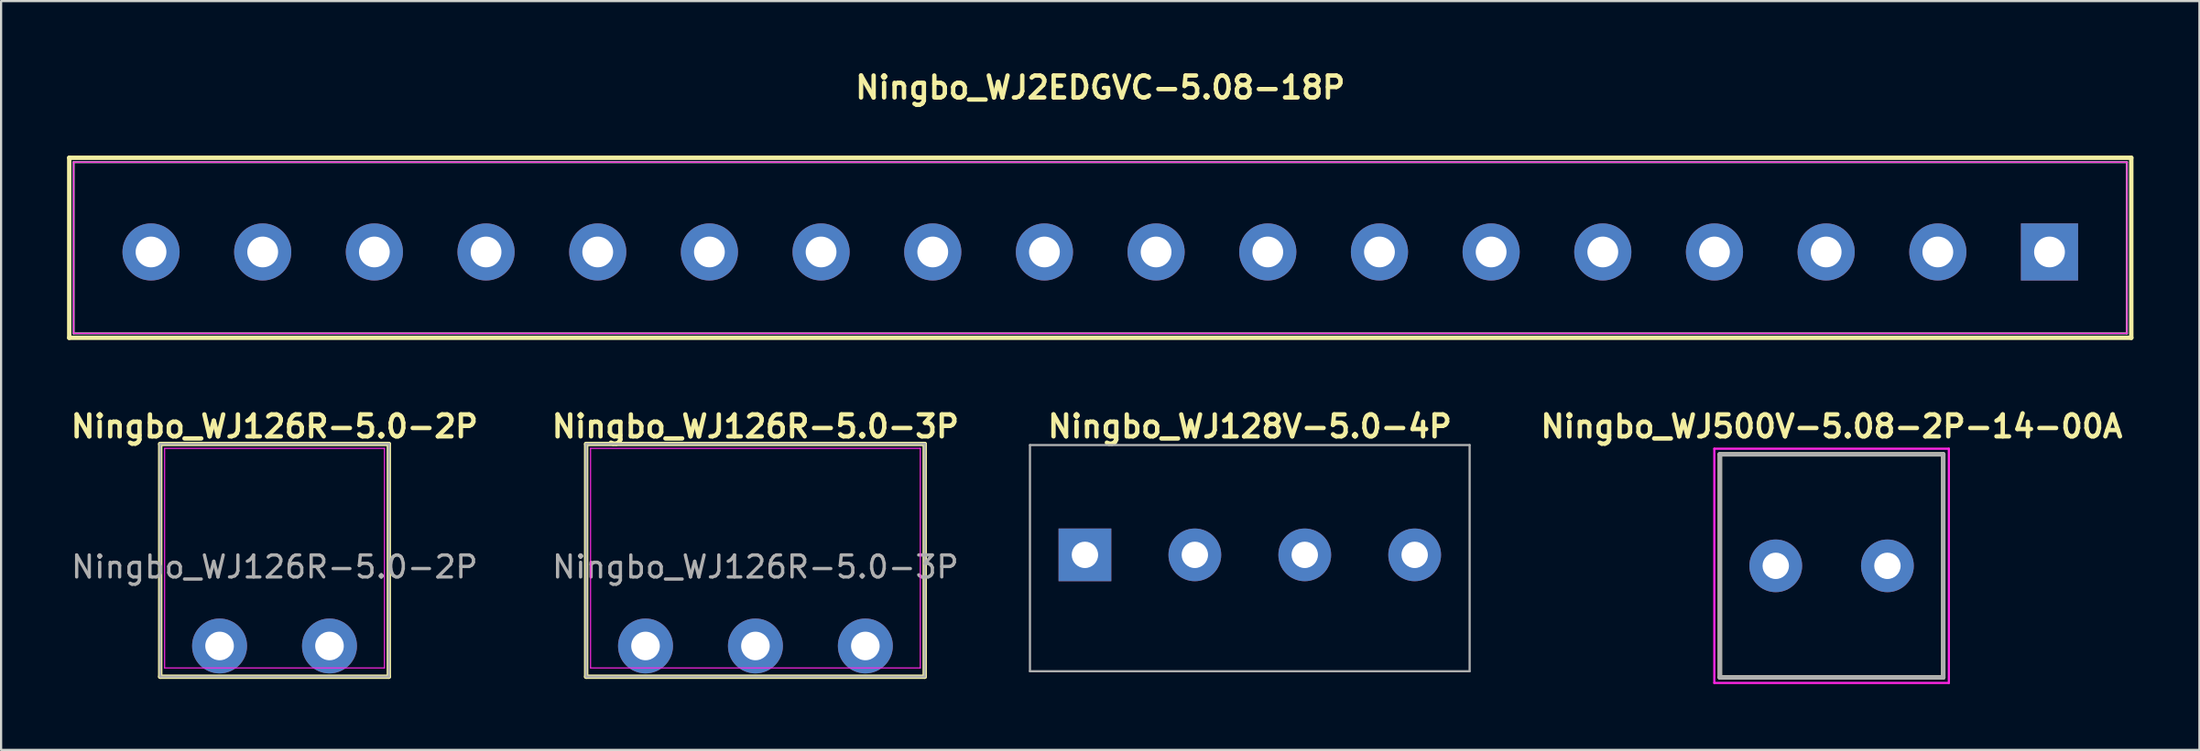
<source format=kicad_pcb>
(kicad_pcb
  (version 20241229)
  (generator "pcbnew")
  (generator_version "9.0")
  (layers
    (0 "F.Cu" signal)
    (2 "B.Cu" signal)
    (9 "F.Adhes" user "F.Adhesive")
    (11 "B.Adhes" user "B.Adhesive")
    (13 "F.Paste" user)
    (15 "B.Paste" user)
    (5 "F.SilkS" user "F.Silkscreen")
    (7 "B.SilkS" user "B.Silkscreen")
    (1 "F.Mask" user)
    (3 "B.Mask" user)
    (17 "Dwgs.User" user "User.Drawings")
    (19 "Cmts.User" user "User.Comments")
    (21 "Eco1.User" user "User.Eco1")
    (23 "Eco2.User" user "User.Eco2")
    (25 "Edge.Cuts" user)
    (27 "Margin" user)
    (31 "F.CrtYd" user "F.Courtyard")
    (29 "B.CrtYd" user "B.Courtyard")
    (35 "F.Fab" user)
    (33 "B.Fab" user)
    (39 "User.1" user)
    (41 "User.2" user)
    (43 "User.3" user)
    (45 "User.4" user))
  (footprint "Ningbo_WJ500V-5.08-2P-14-00A"
    (layer "F.Cu")
    (at 77.727 22.722)
    (property "Reference" "Ningbo_WJ500V-5.08-2P-14-00A" (at 2.54 -6.35 0) (layer "F.SilkS") (effects (font (size 1 1) (thickness 0.2))))
    (attr through_hole)
    (fp_line (start -2.54 -5.08) (end -2.54 5.08) (stroke (width 0.2) (type solid)) (layer "F.SilkS"))
    (fp_line (start -2.54 5.08) (end 7.62 5.08) (stroke (width 0.2) (type solid)) (layer "F.SilkS"))
    (fp_line (start 7.62 -5.08) (end -2.54 -5.08) (stroke (width 0.2) (type solid)) (layer "F.SilkS"))
    (fp_line (start 7.62 5.08) (end 7.62 -5.08) (stroke (width 0.2) (type solid)) (layer "F.SilkS"))
    (fp_line (start -2.794 -5.334) (end 7.874 -5.334) (stroke (width 0.1) (type solid)) (layer "F.CrtYd"))
    (fp_line (start -2.794 5.334) (end -2.794 -5.334) (stroke (width 0.1) (type solid)) (layer "F.CrtYd"))
    (fp_line (start 7.874 -5.334) (end 7.874 5.334) (stroke (width 0.1) (type solid)) (layer "F.CrtYd"))
    (fp_line (start 7.874 5.334) (end -2.794 5.334) (stroke (width 0.1) (type solid)) (layer "F.CrtYd"))
    (fp_line (start -2.54 -5.08) (end 7.62 -5.08) (stroke (width 0.2) (type solid)) (layer "F.Fab"))
    (fp_line (start -2.54 5.08) (end -2.54 -5.08) (stroke (width 0.2) (type solid)) (layer "F.Fab"))
    (fp_line (start 7.62 -5.08) (end 7.62 5.08) (stroke (width 0.2) (type solid)) (layer "F.Fab"))
    (fp_line (start 7.62 5.08) (end -2.54 5.08) (stroke (width 0.2) (type solid)) (layer "F.Fab"))
    (pad "1" thru_hole circle (at 0 0) (size 2.4 2.4) (drill 1.2) (layers "*.Cu" "*.Mask"))
    (pad "2" thru_hole circle (at 5.08 0) (size 2.4 2.4) (drill 1.2) (layers "*.Cu" "*.Mask")))
  (footprint "Ningbo_WJ126R-5.0-3P"
    (layer "F.Cu")
    (at 31.314 26.372)
    (property "Reference" "Ningbo_WJ126R-5.0-3P" (at 0 -10 0) (unlocked yes) (layer "F.SilkS") (effects (font (size 1 1) (thickness 0.2))))
    (attr through_hole)
    (fp_line (start -7.7 -9.2) (end -7.7 1.4) (stroke (width 0.2) (type default)) (layer "F.SilkS"))
    (fp_line (start -7.7 1.4) (end 7.7 1.4) (stroke (width 0.2) (type default)) (layer "F.SilkS"))
    (fp_line (start 7.7 -9.2) (end -7.7 -9.2) (stroke (width 0.2) (type default)) (layer "F.SilkS"))
    (fp_line (start 7.7 1.4) (end 7.7 -9.2) (stroke (width 0.2) (type default)) (layer "F.SilkS"))
    (fp_line (start -7.5 -9) (end -7.5 1) (stroke (width 0.05) (type default)) (layer "F.CrtYd"))
    (fp_line (start -7.5 1) (end 7.5 1) (stroke (width 0.05) (type default)) (layer "F.CrtYd"))
    (fp_line (start 7.5 -9) (end -7.5 -9) (stroke (width 0.05) (type default)) (layer "F.CrtYd"))
    (fp_line (start 7.5 1) (end 7.5 -9) (stroke (width 0.05) (type default)) (layer "F.CrtYd"))
    (fp_line (start -7.7 -9.2) (end -7.7 1.4) (stroke (width 0.1) (type default)) (layer "F.Fab"))
    (fp_line (start -7.7 1.4) (end 7.7 1.4) (stroke (width 0.1) (type default)) (layer "F.Fab"))
    (fp_line (start 7.7 -9.2) (end -7.7 -9.2) (stroke (width 0.1) (type default)) (layer "F.Fab"))
    (fp_line (start 7.7 1.4) (end 7.7 -9.2) (stroke (width 0.1) (type default)) (layer "F.Fab"))
    (fp_text user "${REFERENCE}" (at 0 -3.6 0) (unlocked yes) (layer "F.Fab") (effects (font (size 1 1) (thickness 0.15))))
    (pad "1" thru_hole circle (at -5 0) (size 2.5 2.5) (drill 1.3) (layers "*.Cu" "*.Mask"))
    (pad "2" thru_hole circle (at 0 0) (size 2.5 2.5) (drill 1.3) (layers "*.Cu" "*.Mask"))
    (pad "3" thru_hole circle (at 5 0) (size 2.5 2.5) (drill 1.3) (layers "*.Cu" "*.Mask")))
  (footprint "Ningbo_WJ128V-5.0-4P"
    (layer "F.Cu")
    (at 53.802 22.372)
    (property "Reference" "Ningbo_WJ128V-5.0-4P" (at 0 -6 0) (layer "F.SilkS") (effects (font (size 1 1) (thickness 0.2))))
    (attr through_hole)
    (fp_line (start -10 -5.15) (end 10 -5.15) (stroke (width 0.1) (type solid)) (layer "F.Fab"))
    (fp_line (start -10 5.15) (end -10 -5.15) (stroke (width 0.1) (type solid)) (layer "F.Fab"))
    (fp_line (start 10 -5.15) (end 10 5.15) (stroke (width 0.1) (type solid)) (layer "F.Fab"))
    (fp_line (start 10 5.15) (end -10 5.15) (stroke (width 0.1) (type solid)) (layer "F.Fab"))
    (pad "1" thru_hole rect (at -7.5 -0.15) (size 2.4 2.4) (drill 1.2) (layers "*.Cu" "*.Mask"))
    (pad "2" thru_hole circle (at -2.5 -0.15) (size 2.4 2.4) (drill 1.2) (layers "*.Cu" "*.Mask"))
    (pad "3" thru_hole circle (at 2.5 -0.15) (size 2.4 2.4) (drill 1.2) (layers "*.Cu" "*.Mask"))
    (pad "4" thru_hole circle (at 7.5 -0.15) (size 2.4 2.4) (drill 1.2) (layers "*.Cu" "*.Mask")))
  (footprint "Ningbo_WJ126R-5.0-2P"
    (layer "F.Cu")
    (at 9.438 26.372)
    (property "Reference" "Ningbo_WJ126R-5.0-2P" (at 0 -10 0) (unlocked yes) (layer "F.SilkS") (effects (font (size 1 1) (thickness 0.2))))
    (attr through_hole)
    (fp_line (start -5.2 -9.2) (end -5.2 1.4) (stroke (width 0.2) (type default)) (layer "F.SilkS"))
    (fp_line (start -5.2 1.4) (end 5.2 1.4) (stroke (width 0.2) (type default)) (layer "F.SilkS"))
    (fp_line (start 5.2 -9.2) (end -5.2 -9.2) (stroke (width 0.2) (type default)) (layer "F.SilkS"))
    (fp_line (start 5.2 1.4) (end 5.2 -9.2) (stroke (width 0.2) (type default)) (layer "F.SilkS"))
    (fp_line (start -5 -9) (end -5 1) (stroke (width 0.05) (type default)) (layer "F.CrtYd"))
    (fp_line (start -5 1) (end 5 1) (stroke (width 0.05) (type default)) (layer "F.CrtYd"))
    (fp_line (start 5 -9) (end -5 -9) (stroke (width 0.05) (type default)) (layer "F.CrtYd"))
    (fp_line (start 5 1) (end 5 -9) (stroke (width 0.05) (type default)) (layer "F.CrtYd"))
    (fp_line (start -5.2 -9.2) (end -5.2 1.4) (stroke (width 0.1) (type default)) (layer "F.Fab"))
    (fp_line (start -5.2 1.4) (end 5.2 1.4) (stroke (width 0.1) (type default)) (layer "F.Fab"))
    (fp_line (start 5.2 -9.2) (end -5.2 -9.2) (stroke (width 0.1) (type default)) (layer "F.Fab"))
    (fp_line (start 5.2 1.4) (end 5.2 -9.2) (stroke (width 0.1) (type default)) (layer "F.Fab"))
    (fp_text user "${REFERENCE}" (at 0 -3.6 0) (unlocked yes) (layer "F.Fab") (effects (font (size 1 1) (thickness 0.15))))
    (pad "1" thru_hole circle (at -2.5 0) (size 2.5 2.5) (drill 1.3) (layers "*.Cu" "*.Mask"))
    (pad "2" thru_hole circle (at 2.5 0) (size 2.5 2.5) (drill 1.3) (layers "*.Cu" "*.Mask")))
  (footprint "Ningbo_WJ2EDGVC-5.08-18P"
    (layer "F.Cu")
    (at 47 8.236)
    (property "Reference" "Ningbo_WJ2EDGVC-5.08-18P" (at 0 -7.3 0) (layer "F.SilkS") (effects (font (size 1 1) (thickness 0.2))))
    (attr through_hole)
    (fp_line (start -46.9 -4.1) (end 46.9 -4.1) (stroke (width 0.2) (type solid)) (layer "F.SilkS"))
    (fp_line (start -46.9 4.1) (end -46.9 -4.1) (stroke (width 0.2) (type solid)) (layer "F.SilkS"))
    (fp_line (start 46.9 -4.1) (end 46.9 4.1) (stroke (width 0.2) (type solid)) (layer "F.SilkS"))
    (fp_line (start 46.9 4.1) (end -46.9 4.1) (stroke (width 0.2) (type solid)) (layer "F.SilkS"))
    (fp_line (start -46.7 -3.9) (end 46.7 -3.9) (stroke (width 0.05) (type solid)) (layer "F.CrtYd"))
    (fp_line (start -46.7 3.9) (end -46.7 -3.9) (stroke (width 0.05) (type solid)) (layer "F.CrtYd"))
    (fp_line (start 46.7 -3.9) (end 46.7 3.9) (stroke (width 0.05) (type solid)) (layer "F.CrtYd"))
    (fp_line (start 46.7 3.9) (end -46.7 3.9) (stroke (width 0.05) (type solid)) (layer "F.CrtYd"))
    (fp_line (start -46.7 -3.9) (end 46.7 -3.9) (stroke (width 0.1) (type solid)) (layer "F.Fab"))
    (fp_line (start -46.7 3.9) (end -46.7 -3.9) (stroke (width 0.1) (type solid)) (layer "F.Fab"))
    (fp_line (start 46.7 -3.9) (end 46.7 3.9) (stroke (width 0.1) (type solid)) (layer "F.Fab"))
    (fp_line (start 46.7 3.9) (end -46.7 3.9) (stroke (width 0.1) (type solid)) (layer "F.Fab"))
    (pad "1" thru_hole rect (at 43.18 0.19) (size 2.6 2.6) (drill 1.4) (layers "*.Cu" "*.Mask"))
    (pad "2" thru_hole circle (at 38.1 0.19) (size 2.6 2.6) (drill 1.4) (layers "*.Cu" "*.Mask"))
    (pad "3" thru_hole circle (at 33.02 0.19) (size 2.6 2.6) (drill 1.4) (layers "*.Cu" "*.Mask"))
    (pad "4" thru_hole circle (at 27.94 0.19) (size 2.6 2.6) (drill 1.4) (layers "*.Cu" "*.Mask"))
    (pad "5" thru_hole circle (at 22.86 0.19) (size 2.6 2.6) (drill 1.4) (layers "*.Cu" "*.Mask"))
    (pad "6" thru_hole circle (at 17.78 0.19) (size 2.6 2.6) (drill 1.4) (layers "*.Cu" "*.Mask"))
    (pad "7" thru_hole circle (at 12.7 0.19) (size 2.6 2.6) (drill 1.4) (layers "*.Cu" "*.Mask"))
    (pad "8" thru_hole circle (at 7.62 0.19) (size 2.6 2.6) (drill 1.4) (layers "*.Cu" "*.Mask"))
    (pad "9" thru_hole circle (at 2.54 0.19) (size 2.6 2.6) (drill 1.4) (layers "*.Cu" "*.Mask"))
    (pad "10" thru_hole circle (at -2.54 0.19) (size 2.6 2.6) (drill 1.4) (layers "*.Cu" "*.Mask"))
    (pad "11" thru_hole circle (at -7.62 0.19) (size 2.6 2.6) (drill 1.4) (layers "*.Cu" "*.Mask"))
    (pad "12" thru_hole circle (at -12.7 0.19) (size 2.6 2.6) (drill 1.4) (layers "*.Cu" "*.Mask"))
    (pad "13" thru_hole circle (at -17.78 0.19) (size 2.6 2.6) (drill 1.4) (layers "*.Cu" "*.Mask"))
    (pad "14" thru_hole circle (at -22.86 0.19) (size 2.6 2.6) (drill 1.4) (layers "*.Cu" "*.Mask"))
    (pad "15" thru_hole circle (at -27.94 0.19) (size 2.6 2.6) (drill 1.4) (layers "*.Cu" "*.Mask"))
    (pad "16" thru_hole circle (at -33.02 0.19) (size 2.6 2.6) (drill 1.4) (layers "*.Cu" "*.Mask"))
    (pad "17" thru_hole circle (at -38.1 0.19) (size 2.6 2.6) (drill 1.4) (layers "*.Cu" "*.Mask"))
    (pad "18" thru_hole circle (at -43.18 0.19) (size 2.6 2.6) (drill 1.4) (layers "*.Cu" "*.Mask")))
  (gr_rect
    (start -3 -3)
    (end 97 31.106)
    (stroke (width 0.1) (type default))
    (fill no)
    (layer "Edge.Cuts")))
</source>
